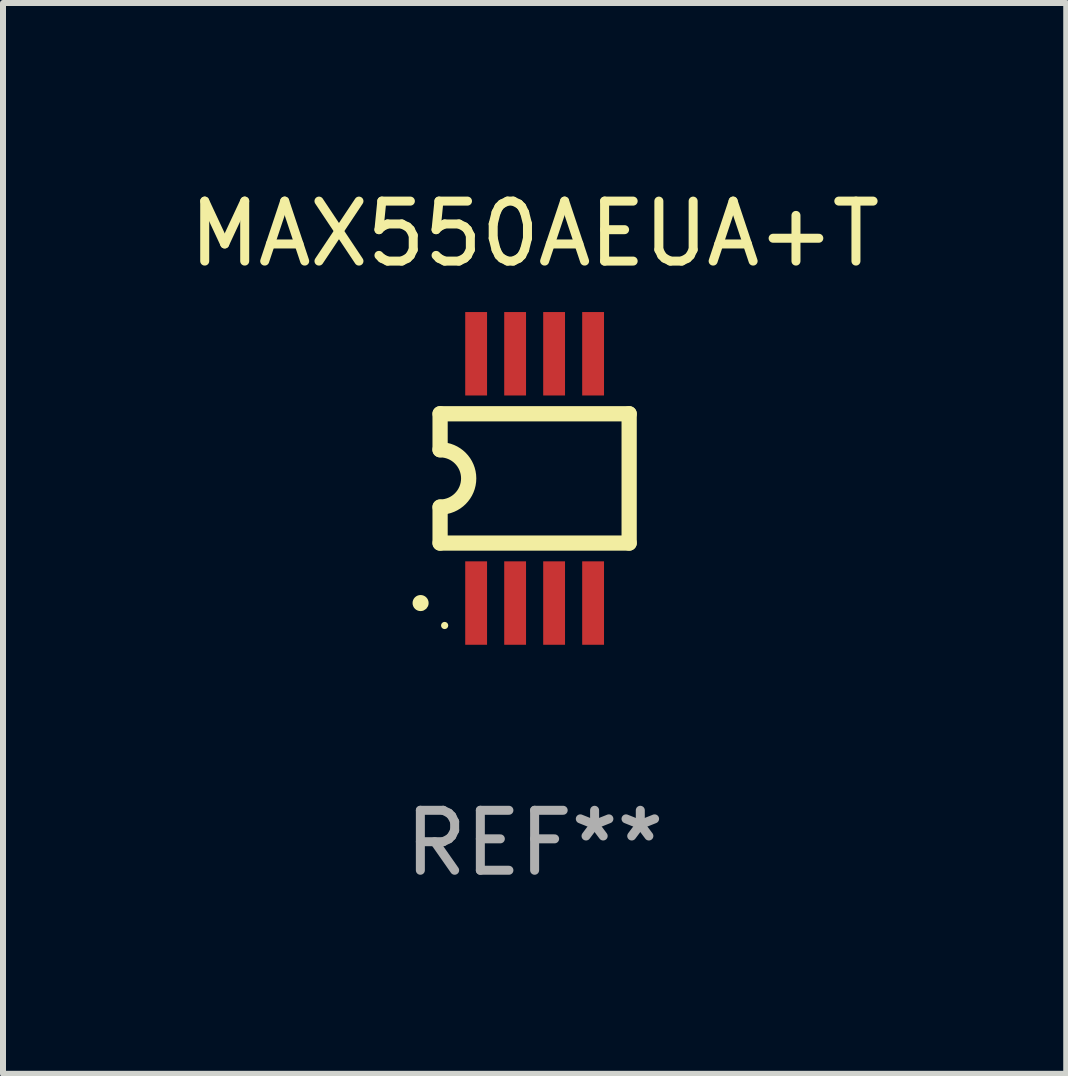
<source format=kicad_pcb>
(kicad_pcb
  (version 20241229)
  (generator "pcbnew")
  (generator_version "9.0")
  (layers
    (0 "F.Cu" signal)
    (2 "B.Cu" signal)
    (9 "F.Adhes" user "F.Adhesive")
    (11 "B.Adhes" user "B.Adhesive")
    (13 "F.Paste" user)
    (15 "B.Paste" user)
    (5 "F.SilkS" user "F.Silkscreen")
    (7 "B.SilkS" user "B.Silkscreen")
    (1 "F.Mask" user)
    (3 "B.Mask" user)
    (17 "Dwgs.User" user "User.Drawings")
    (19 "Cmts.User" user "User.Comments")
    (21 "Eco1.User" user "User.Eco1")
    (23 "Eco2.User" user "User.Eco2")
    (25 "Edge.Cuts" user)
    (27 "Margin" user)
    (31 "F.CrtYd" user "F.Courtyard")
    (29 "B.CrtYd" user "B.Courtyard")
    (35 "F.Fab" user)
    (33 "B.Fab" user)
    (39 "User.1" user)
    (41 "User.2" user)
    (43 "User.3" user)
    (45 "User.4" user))
  (footprint "MAX550AEUA+T"
    (layer "F.Cu")
    (at 5.863 4.926)
    (property "Reference" "MAX550AEUA+T" (at 0 -4.078 0) (layer "F.SilkS") (effects (font (size 1 1) (thickness 0.15))))
    (attr through_hole)
    (fp_line (start -1.576 -1.078) (end -1.576 -0.478) (stroke (width 0.254) (type solid)) (layer "F.SilkS"))
    (fp_line (start -1.576 -1.078) (end 1.576 -1.078) (stroke (width 0.254) (type solid)) (layer "F.SilkS"))
    (fp_line (start -1.576 1.078) (end -1.576 0.478) (stroke (width 0.254) (type solid)) (layer "F.SilkS"))
    (fp_line (start 1.576 -1.078) (end 1.576 1.078) (stroke (width 0.254) (type solid)) (layer "F.SilkS"))
    (fp_line (start 1.576 1.078) (end -1.576 1.078) (stroke (width 0.254) (type solid)) (layer "F.SilkS"))
    (fp_arc (start -1.577343 -0.47752) (mid -1.099721 -0.000481) (end -1.5762 0.477699) (stroke (width 0.254001) (type solid)) (layer "F.SilkS"))
    (fp_circle (center -1.901 2.078) (end -1.834 2.078) (stroke (width 0.134) (type solid)) (fill no) (layer "F.SilkS"))
    (fp_circle (center -1.5 2.452) (end -1.47 2.452) (stroke (width 0.06) (type solid)) (fill no) (layer "F.SilkS"))
    (fp_text user "REF**" (at 0 6.078 0) (layer "F.Fab") (effects (font (size 1 1) (thickness 0.15))))
    (pad "1" smd rect (at -0.975 2.078) (size 0.364 1.391) (layers "F.Cu" "F.Mask" "F.Paste"))
    (pad "2" smd rect (at -0.325 2.078) (size 0.364 1.391) (layers "F.Cu" "F.Mask" "F.Paste"))
    (pad "3" smd rect (at 0.325 2.078) (size 0.364 1.391) (layers "F.Cu" "F.Mask" "F.Paste"))
    (pad "4" smd rect (at 0.975 2.078) (size 0.364 1.391) (layers "F.Cu" "F.Mask" "F.Paste"))
    (pad "5" smd rect (at 0.975 -2.078) (size 0.364 1.391) (layers "F.Cu" "F.Mask" "F.Paste"))
    (pad "6" smd rect (at 0.325 -2.078) (size 0.364 1.391) (layers "F.Cu" "F.Mask" "F.Paste"))
    (pad "7" smd rect (at -0.325 -2.078) (size 0.364 1.391) (layers "F.Cu" "F.Mask" "F.Paste"))
    (pad "8" smd rect (at -0.975 -2.078) (size 0.364 1.391) (layers "F.Cu" "F.Mask" "F.Paste")))
  (gr_rect
    (start -3 -3)
    (end 14.726 14.852)
    (stroke (width 0.1) (type default))
    (fill no)
    (layer "Edge.Cuts")))
</source>
